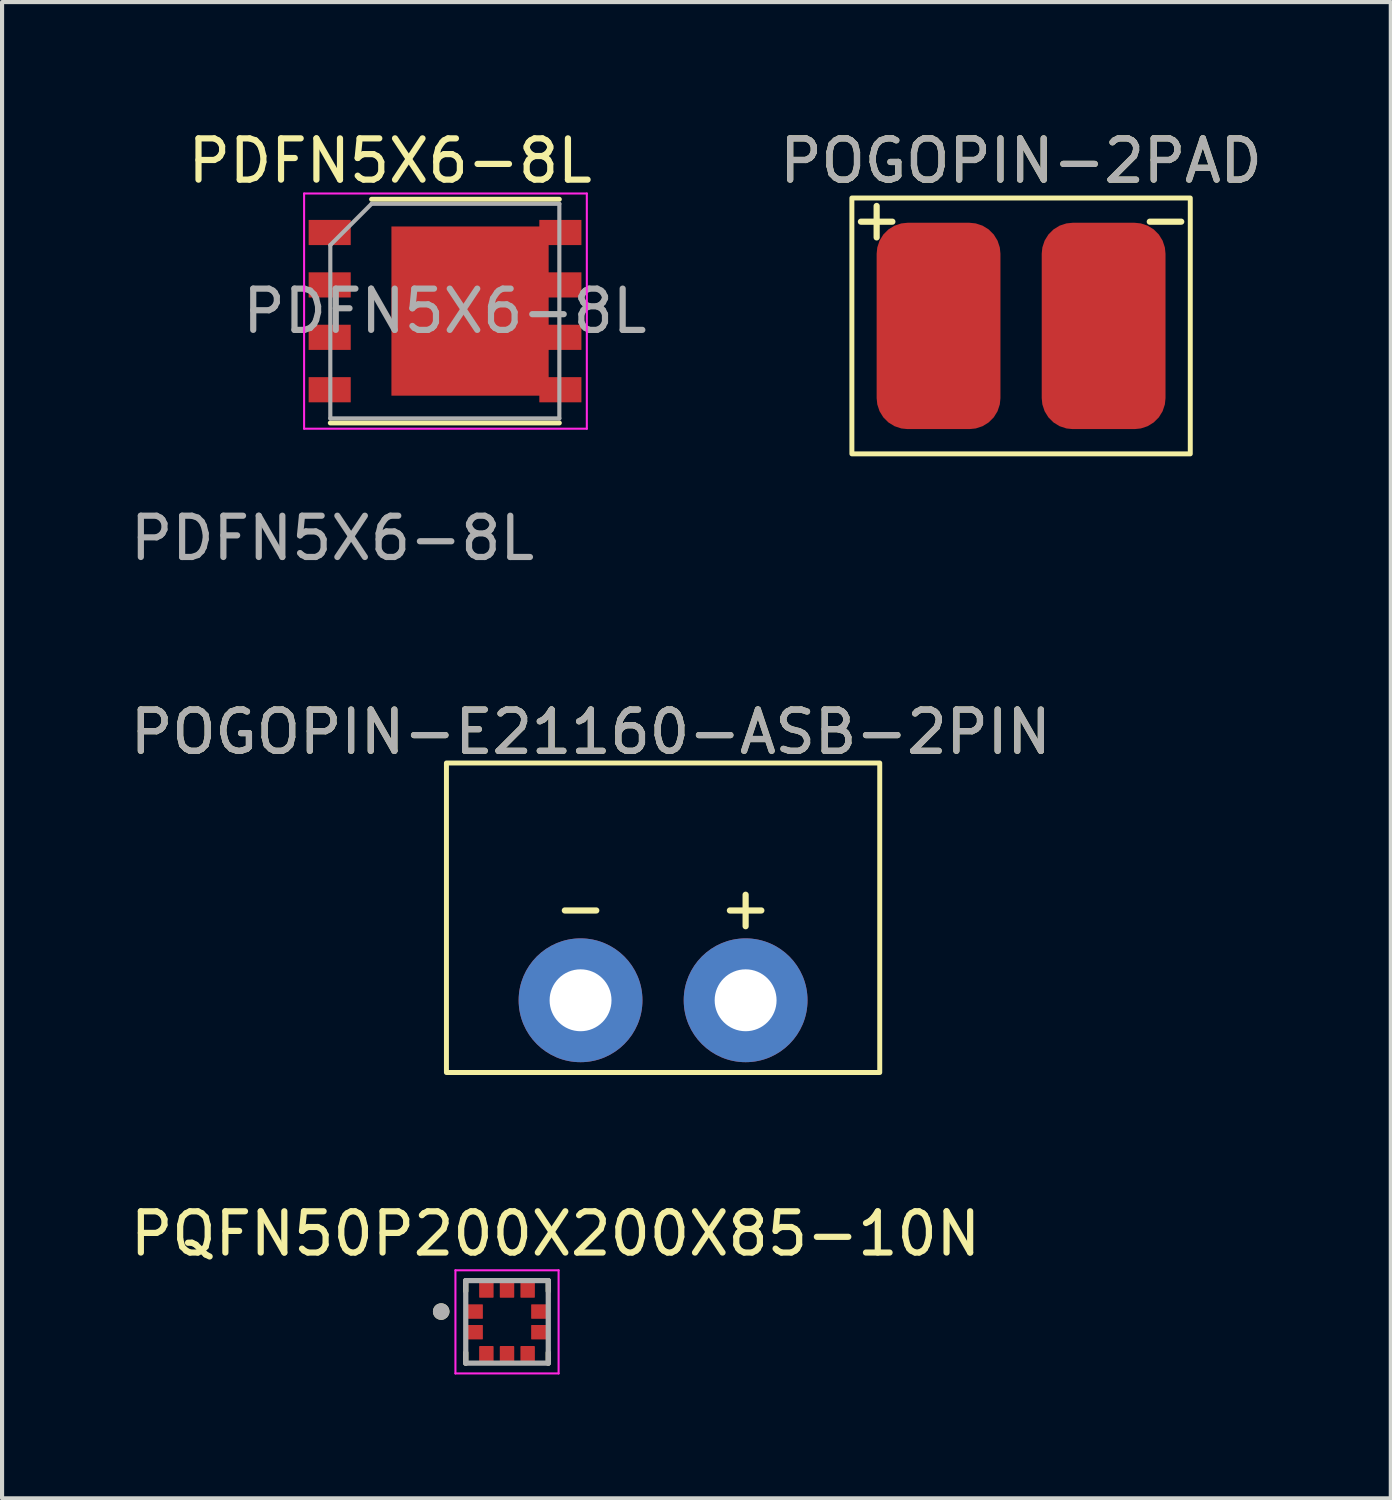
<source format=kicad_pcb>
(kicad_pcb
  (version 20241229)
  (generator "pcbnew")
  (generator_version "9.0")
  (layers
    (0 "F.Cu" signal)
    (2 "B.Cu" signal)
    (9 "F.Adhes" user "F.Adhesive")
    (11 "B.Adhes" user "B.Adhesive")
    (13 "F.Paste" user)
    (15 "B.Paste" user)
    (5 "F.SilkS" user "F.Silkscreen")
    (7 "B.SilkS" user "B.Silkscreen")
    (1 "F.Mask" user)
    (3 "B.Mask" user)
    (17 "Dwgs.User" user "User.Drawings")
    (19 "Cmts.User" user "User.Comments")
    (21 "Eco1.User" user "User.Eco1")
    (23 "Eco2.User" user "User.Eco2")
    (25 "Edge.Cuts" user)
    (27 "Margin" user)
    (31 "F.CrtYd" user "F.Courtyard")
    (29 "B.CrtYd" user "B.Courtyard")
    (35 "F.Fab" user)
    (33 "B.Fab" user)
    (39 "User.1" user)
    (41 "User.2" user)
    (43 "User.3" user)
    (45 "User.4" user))
  (footprint "PDFN5X6-8L"
    (layer "F.Cu")
    (at 7.8 4.658)
    (property "Reference" "PDFN5X6-8L" (at -1.397 -3.81 0) (unlocked yes) (layer "F.SilkS") (effects (font (size 1 1) (thickness 0.15))))
    (attr smd)
    (fp_line (start -2.846 2.541) (end 2.704 2.541) (stroke (width 0.12) (type solid)) (layer "F.SilkS"))
    (fp_line (start -1.846 -2.879) (end 2.704 -2.879) (stroke (width 0.12) (type solid)) (layer "F.SilkS"))
    (fp_line (start -3.481 -3.019) (end -3.481 2.681) (stroke (width 0.05) (type solid)) (layer "F.CrtYd"))
    (fp_line (start -3.48 -3.019) (end 3.37 -3.019) (stroke (width 0.05) (type solid)) (layer "F.CrtYd"))
    (fp_line (start -3.48 2.68) (end 3.37 2.681) (stroke (width 0.05) (type solid)) (layer "F.CrtYd"))
    (fp_line (start 3.37 -3.019) (end 3.37 2.681) (stroke (width 0.05) (type solid)) (layer "F.CrtYd"))
    (fp_line (start -2.846 2.431) (end -2.846 -1.769) (stroke (width 0.1) (type solid)) (layer "F.Fab"))
    (fp_line (start -2.846 2.431) (end 2.704 2.431) (stroke (width 0.1) (type solid)) (layer "F.Fab"))
    (fp_line (start -1.846 -2.769) (end -2.846 -1.769) (stroke (width 0.1) (type solid)) (layer "F.Fab"))
    (fp_line (start 2.704 -2.769) (end -1.846 -2.769) (stroke (width 0.1) (type solid)) (layer "F.Fab"))
    (fp_line (start 2.704 -2.769) (end 2.704 2.431) (stroke (width 0.1) (type solid)) (layer "F.Fab"))
    (fp_text user "${REFERENCE}" (at -2.794 5.334 0) (unlocked yes) (layer "F.Fab") (effects (font (size 1 1) (thickness 0.15))))
    (fp_text user "${REFERENCE}" (at -0.071 -0.169 0) (layer "F.Fab") (effects (font (size 1 1) (thickness 0.15))))
    (pad "" smd rect (at -0.9 1.27 270) (size 0.5 0.78) (layers "F.Paste"))
    (pad "" smd rect (at -0.89 -0.7 270) (size 0.9 0.78) (layers "F.Paste"))
    (pad "" smd rect (at -0.89 0.4 270) (size 0.9 0.78) (layers "F.Paste"))
    (pad "" smd rect (at -0.88 -1.61 270) (size 0.5 0.78) (layers "F.Paste"))
    (pad "" smd rect (at 0.08 1.27 270) (size 0.5 0.78) (layers "F.Paste"))
    (pad "" smd rect (at 0.09 -0.7 270) (size 0.9 0.78) (layers "F.Paste"))
    (pad "" smd rect (at 0.09 0.4 270) (size 0.9 0.78) (layers "F.Paste"))
    (pad "" smd rect (at 0.1 -1.61 270) (size 0.5 0.78) (layers "F.Paste"))
    (pad "" smd rect (at 1.06 1.27 270) (size 0.5 0.78) (layers "F.Paste"))
    (pad "" smd rect (at 1.07 -0.7 270) (size 0.9 0.78) (layers "F.Paste"))
    (pad "" smd rect (at 1.07 0.4 270) (size 0.9 0.78) (layers "F.Paste"))
    (pad "" smd rect (at 1.08 -1.61 270) (size 0.5 0.78) (layers "F.Paste"))
    (pad "" smd rect (at 2.04 1.27 270) (size 0.5 0.78) (layers "F.Paste"))
    (pad "" smd rect (at 2.05 -0.7 270) (size 0.9 0.78) (layers "F.Paste"))
    (pad "" smd rect (at 2.05 0.4 270) (size 0.9 0.78) (layers "F.Paste"))
    (pad "" smd rect (at 2.06 -1.61 270) (size 0.5 0.78) (layers "F.Paste"))
    (pad "1" smd rect (at -2.861 -2.074 270) (size 0.61 1.02) (layers "F.Cu" "F.Mask" "F.Paste"))
    (pad "2" smd rect (at -2.861 -0.804 270) (size 0.61 1.02) (layers "F.Cu" "F.Mask" "F.Paste"))
    (pad "3" smd rect (at -2.861 0.466 270) (size 0.61 1.02) (layers "F.Cu" "F.Mask" "F.Paste"))
    (pad "4" smd rect (at -2.861 1.736 270) (size 0.61 1.02) (layers "F.Cu" "F.Mask" "F.Paste"))
    (pad "5" smd rect (at 0.54 -0.17 270) (size 4.1 3.81) (layers "F.Cu" "F.Mask"))
    (pad "5" smd rect (at 2.729 -2.074 270) (size 0.61 1.02) (layers "F.Cu" "F.Mask" "F.Paste"))
    (pad "5" smd rect (at 2.729 -0.804 270) (size 0.61 1.02) (layers "F.Cu" "F.Mask" "F.Paste"))
    (pad "5" smd rect (at 2.729 0.466 270) (size 0.61 1.02) (layers "F.Cu" "F.Mask" "F.Paste"))
    (pad "5" smd rect (at 2.729 1.736 270) (size 0.61 1.02) (layers "F.Cu" "F.Mask" "F.Paste")))
  (footprint "PQFN50P200X200X85-10N"
    (layer "F.Cu")
    (at 9.236 28.982)
    (property "Reference" "PQFN50P200X200X85-10N" (at 1.175 -2.135 0) (layer "F.SilkS") (effects (font (size 1 1) (thickness 0.15))))
    (attr through_hole)
    (fp_line (start -1 -1) (end -1 -0.745) (stroke (width 0.127) (type solid)) (layer "F.SilkS"))
    (fp_line (start -1 1) (end -1 0.745) (stroke (width 0.127) (type solid)) (layer "F.SilkS"))
    (fp_line (start 1 -1) (end 1 -0.745) (stroke (width 0.127) (type solid)) (layer "F.SilkS"))
    (fp_line (start 1 1) (end 1 0.745) (stroke (width 0.127) (type solid)) (layer "F.SilkS"))
    (fp_circle (center -1.595 -0.25) (end -1.495 -0.25) (stroke (width 0.2) (type solid)) (fill no) (layer "F.SilkS"))
    (fp_line (start -1.25 -1.25) (end 1.25 -1.25) (stroke (width 0.05) (type solid)) (layer "F.CrtYd"))
    (fp_line (start -1.25 1.25) (end -1.25 -1.25) (stroke (width 0.05) (type solid)) (layer "F.CrtYd"))
    (fp_line (start -1.25 1.25) (end 1.25 1.25) (stroke (width 0.05) (type solid)) (layer "F.CrtYd"))
    (fp_line (start 1.25 1.25) (end 1.25 -1.25) (stroke (width 0.05) (type solid)) (layer "F.CrtYd"))
    (fp_line (start -1 1) (end -1 -1) (stroke (width 0.127) (type solid)) (layer "F.Fab"))
    (fp_line (start 1 -1) (end -1 -1) (stroke (width 0.127) (type solid)) (layer "F.Fab"))
    (fp_line (start 1 1) (end -1 1) (stroke (width 0.127) (type solid)) (layer "F.Fab"))
    (fp_line (start 1 1) (end 1 -1) (stroke (width 0.127) (type solid)) (layer "F.Fab"))
    (fp_circle (center -1.595 -0.25) (end -1.495 -0.25) (stroke (width 0.2) (type solid)) (fill no) (layer "F.Fab"))
    (pad "1" smd roundrect (at -0.78 -0.25) (size 0.39 0.35) (layers "F.Cu" "F.Mask" "F.Paste") (roundrect_rratio 0.04))
    (pad "2" smd roundrect (at -0.78 0.25) (size 0.39 0.35) (layers "F.Cu" "F.Mask" "F.Paste") (roundrect_rratio 0.04))
    (pad "3" smd roundrect (at -0.5 0.78) (size 0.35 0.39) (layers "F.Cu" "F.Mask" "F.Paste") (roundrect_rratio 0.05))
    (pad "4" smd roundrect (at 0 0.78) (size 0.35 0.39) (layers "F.Cu" "F.Mask" "F.Paste") (roundrect_rratio 0.05))
    (pad "5" smd roundrect (at 0.5 0.78) (size 0.35 0.39) (layers "F.Cu" "F.Mask" "F.Paste") (roundrect_rratio 0.05))
    (pad "6" smd roundrect (at 0.78 0.25) (size 0.39 0.35) (layers "F.Cu" "F.Mask" "F.Paste") (roundrect_rratio 0.04))
    (pad "7" smd roundrect (at 0.78 -0.25) (size 0.39 0.35) (layers "F.Cu" "F.Mask" "F.Paste") (roundrect_rratio 0.04))
    (pad "8" smd roundrect (at 0.5 -0.78) (size 0.35 0.39) (layers "F.Cu" "F.Mask" "F.Paste") (roundrect_rratio 0.05))
    (pad "9" smd roundrect (at 0 -0.78) (size 0.35 0.39) (layers "F.Cu" "F.Mask" "F.Paste") (roundrect_rratio 0.05))
    (pad "10" smd roundrect (at -0.5 -0.78) (size 0.35 0.39) (layers "F.Cu" "F.Mask" "F.Paste") (roundrect_rratio 0.05)))
  (footprint "POGOPIN-E21160-ASB-2PIN"
    (layer "F.Cu")
    (at 13.018 21.189)
    (property "Reference" "POGOPIN-E21160-ASB-2PIN" (at -1.75 -6.5 0) (unlocked yes) (layer "F.SilkS") (effects (font (size 1 1) (thickness 0.15))))
    (attr smd)
    (fp_rect (start -5.25 1.75) (end 5.25 -5.75) (stroke (width 0.12) (type solid)) (fill no) (layer "F.SilkS"))
    (fp_text user "-" (at -2 -2.25 0) (unlocked yes) (layer "F.SilkS") (effects (font (size 1 1) (thickness 0.15))))
    (fp_text user "+" (at 2 -2.25 0) (unlocked yes) (layer "F.SilkS") (effects (font (size 1 1) (thickness 0.15))))
    (fp_text user "${REFERENCE}" (at -1.75 -6.5 0) (unlocked yes) (layer "F.Fab") (effects (font (size 1 1) (thickness 0.15))))
    (pad "1" thru_hole circle (at 2 0) (size 3 3) (drill 1.5) (layers "*.Cu" "*.Mask"))
    (pad "2" thru_hole circle (at -2 0) (size 3 3) (drill 1.5) (layers "*.Cu" "*.Mask")))
  (footprint "POGOPIN-2PAD"
    (layer "F.Cu")
    (at 21.693 4.848)
    (property "Reference" "POGOPIN-2PAD" (at 0 -4 0) (unlocked yes) (layer "F.SilkS") (effects (font (size 1 1) (thickness 0.15))))
    (attr smd)
    (fp_rect (start -4.1 -3.1) (end 4.1 3.1) (stroke (width 0.12) (type solid)) (fill no) (layer "F.SilkS"))
    (fp_text user "+" (at -3.5 -2.6 0) (unlocked yes) (layer "F.SilkS") (effects (font (size 1 1) (thickness 0.15))))
    (fp_text user "-" (at 3.5 -2.6 0) (unlocked yes) (layer "F.SilkS") (effects (font (size 1 1) (thickness 0.15))))
    (fp_text user "${REFERENCE}" (at 0 -4 0) (unlocked yes) (layer "F.Fab") (effects (font (size 1 1) (thickness 0.15))))
    (pad "1" smd roundrect (at -2 0) (size 3 5) (layers "F.Cu" "F.Mask" "F.Paste") (roundrect_rratio 0.25))
    (pad "2" smd roundrect (at 2 0) (size 3 5) (layers "F.Cu" "F.Mask" "F.Paste") (roundrect_rratio 0.25)))
  (gr_rect
    (start -3 -3)
    (end 30.652 33.257)
    (stroke (width 0.1) (type default))
    (fill no)
    (layer "Edge.Cuts")))
</source>
